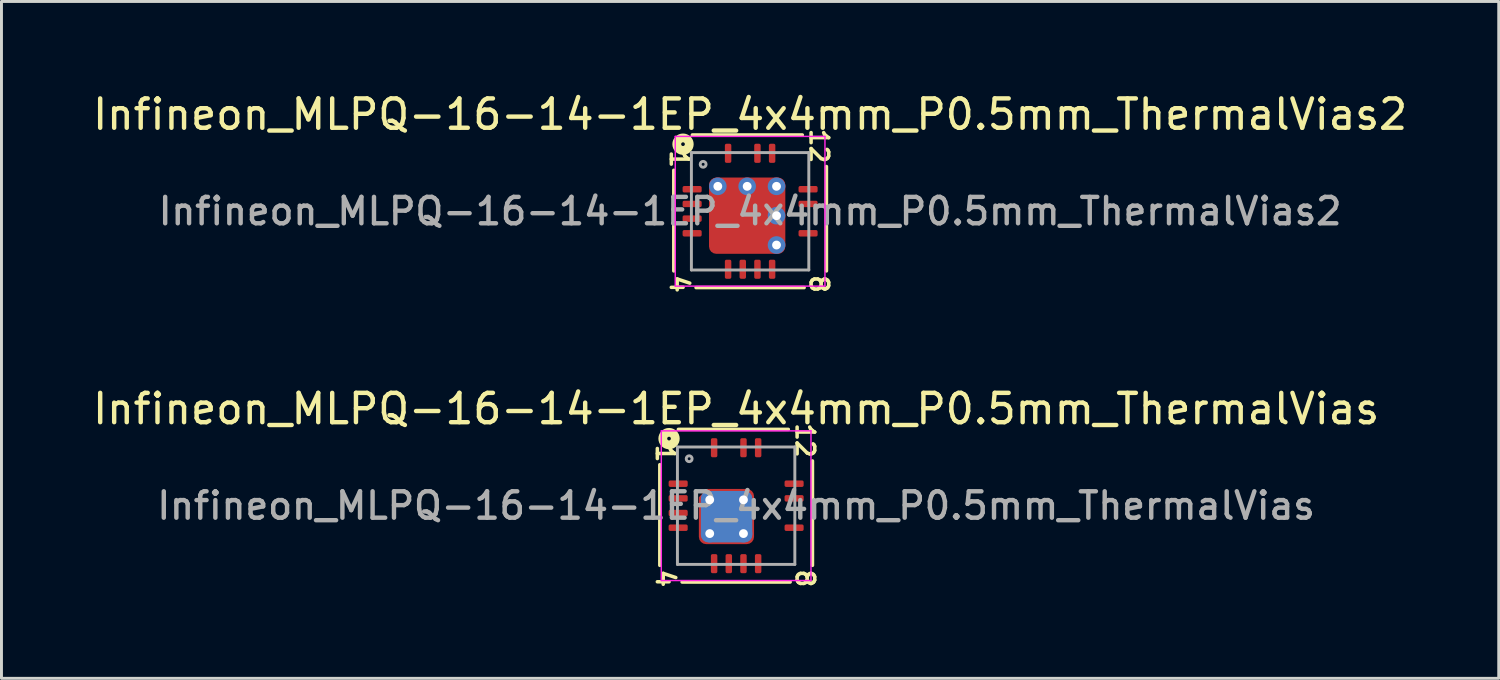
<source format=kicad_pcb>
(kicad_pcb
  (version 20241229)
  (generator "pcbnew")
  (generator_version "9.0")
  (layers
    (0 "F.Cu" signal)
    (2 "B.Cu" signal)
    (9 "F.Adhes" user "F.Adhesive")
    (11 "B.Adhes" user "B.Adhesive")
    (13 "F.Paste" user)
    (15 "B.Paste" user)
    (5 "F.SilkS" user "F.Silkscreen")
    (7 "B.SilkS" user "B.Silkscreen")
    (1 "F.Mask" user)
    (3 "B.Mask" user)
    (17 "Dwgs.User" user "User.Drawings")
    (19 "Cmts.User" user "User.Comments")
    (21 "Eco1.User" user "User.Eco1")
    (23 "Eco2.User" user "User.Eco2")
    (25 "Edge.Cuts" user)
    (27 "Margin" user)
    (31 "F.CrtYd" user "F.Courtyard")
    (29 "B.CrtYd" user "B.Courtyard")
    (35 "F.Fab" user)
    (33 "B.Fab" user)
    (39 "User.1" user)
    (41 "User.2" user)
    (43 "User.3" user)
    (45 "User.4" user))
  (footprint "Infineon_MLPQ-16-14-1EP_4x4mm_P0.5mm_ThermalVias2"
    (layer "F.Cu")
    (at 22.506 4.148)
    (property "Reference" "Infineon_MLPQ-16-14-1EP_4x4mm_P0.5mm_ThermalVias2" (at 0 -3.3 0) (layer "F.SilkS") (effects (font (size 1 1) (thickness 0.15))))
    (attr smd)
    (fp_line (start -2.6 -1.397) (end -2.6 2.032) (stroke (width 0.12) (type solid)) (layer "F.SilkS"))
    (fp_line (start -1.841 2.6) (end 1.841 2.6) (stroke (width 0.12) (type solid)) (layer "F.SilkS"))
    (fp_line (start 1.778 -2.6) (end -1.968 -2.6) (stroke (width 0.12) (type solid)) (layer "F.SilkS"))
    (fp_line (start 2.6 2.032) (end 2.6 -1.524) (stroke (width 0.12) (type solid)) (layer "F.SilkS"))
    (fp_circle (center -2.286 -2.286) (end -2.223 -2.286) (stroke (width 0.3) (type solid)) (fill no) (layer "F.SilkS"))
    (fp_line (start -2.55 -2.55) (end 2.55 -2.55) (stroke (width 0.05) (type solid)) (layer "F.CrtYd"))
    (fp_line (start -2.55 2.55) (end -2.55 -2.55) (stroke (width 0.05) (type solid)) (layer "F.CrtYd"))
    (fp_line (start 2.55 -2.55) (end 2.55 2.55) (stroke (width 0.05) (type solid)) (layer "F.CrtYd"))
    (fp_line (start 2.55 2.55) (end -2.55 2.55) (stroke (width 0.05) (type solid)) (layer "F.CrtYd"))
    (fp_line (start -2 -2) (end 2 -2) (stroke (width 0.1) (type solid)) (layer "F.Fab"))
    (fp_line (start -2 2) (end -2 -2) (stroke (width 0.1) (type solid)) (layer "F.Fab"))
    (fp_line (start 2 -2) (end 2 2) (stroke (width 0.1) (type solid)) (layer "F.Fab"))
    (fp_line (start 2 2) (end -2 2) (stroke (width 0.1) (type solid)) (layer "F.Fab"))
    (fp_circle (center -1.6 -1.6) (end -1.5 -1.6) (stroke (width 0.1) (type solid)) (fill no) (layer "F.Fab"))
    (fp_text user "12" (at 2.349 -2.223 270) (unlocked yes) (layer "F.SilkS") (effects (font (size 0.6 0.6) (thickness 0.12))))
    (fp_text user "8" (at 2.349 2.477 270) (unlocked yes) (layer "F.SilkS") (effects (font (size 0.6 0.6) (thickness 0.12))))
    (fp_text user "4" (at -2.413 2.477 270) (unlocked yes) (layer "F.SilkS") (effects (font (size 0.6 0.6) (thickness 0.12))))
    (fp_text user "1" (at -2.413 -1.778 270) (unlocked yes) (layer "F.SilkS") (effects (font (size 0.6 0.6) (thickness 0.12))))
    (fp_text user "${REFERENCE}" (at 0 0 0) (layer "F.Fab") (effects (font (size 0.9 0.9) (thickness 0.15))))
    (pad "" smd roundrect (at -0.335 -0.077) (size 1.5 0.745) (layers "F.Paste") (roundrect_rratio 0.25))
    (pad "" smd roundrect (at -0.335 0.825) (size 1.5 0.75) (layers "F.Paste") (roundrect_rratio 0.25))
    (pad "" smd roundrect (at -0.33 0.37) (size 1.88 1.88) (layers "F.Mask") (roundrect_rratio 0.133) (chamfer_ratio 0.15) (chamfer top_left))
    (pad "1" smd roundrect (at -1.975 -0.75) (size 0.65 0.22) (layers "F.Cu" "F.Mask" "F.Paste") (roundrect_rratio 0.25))
    (pad "2" smd roundrect (at -1.975 -0.25) (size 0.65 0.22) (layers "F.Cu" "F.Mask" "F.Paste") (roundrect_rratio 0.25))
    (pad "3" smd roundrect (at -1.975 0.25) (size 0.65 0.22) (layers "F.Cu" "F.Mask" "F.Paste") (roundrect_rratio 0.25))
    (pad "4" smd roundrect (at -1.975 0.75) (size 0.65 0.22) (layers "F.Cu" "F.Mask" "F.Paste") (roundrect_rratio 0.25))
    (pad "5" smd roundrect (at -0.75 1.975) (size 0.22 0.65) (layers "F.Cu" "F.Mask" "F.Paste") (roundrect_rratio 0.25))
    (pad "6" smd roundrect (at -0.25 1.975) (size 0.22 0.65) (layers "F.Cu" "F.Mask" "F.Paste") (roundrect_rratio 0.25))
    (pad "7" smd roundrect (at 0.25 1.975) (size 0.22 0.65) (layers "F.Cu" "F.Mask" "F.Paste") (roundrect_rratio 0.25))
    (pad "8" smd roundrect (at 0.75 1.975) (size 0.22 0.65) (layers "F.Cu" "F.Mask" "F.Paste") (roundrect_rratio 0.25))
    (pad "9" smd roundrect (at 1.975 0.75) (size 0.65 0.22) (layers "F.Cu" "F.Mask" "F.Paste") (roundrect_rratio 0.25))
    (pad "11" smd roundrect (at 1.975 -0.25) (size 0.65 0.22) (layers "F.Cu" "F.Mask" "F.Paste") (roundrect_rratio 0.25))
    (pad "12" smd roundrect (at 1.975 -0.75) (size 0.65 0.22) (layers "F.Cu" "F.Mask" "F.Paste") (roundrect_rratio 0.25))
    (pad "13" smd roundrect (at 0.75 -1.975) (size 0.22 0.65) (layers "F.Cu" "F.Mask" "F.Paste") (roundrect_rratio 0.25))
    (pad "14" smd roundrect (at 0.25 -1.975) (size 0.22 0.65) (layers "F.Cu" "F.Mask" "F.Paste") (roundrect_rratio 0.25))
    (pad "16" smd roundrect (at -0.75 -1.975) (size 0.22 0.65) (layers "F.Cu" "F.Mask" "F.Paste") (roundrect_rratio 0.25))
    (pad "17" thru_hole circle (at -1.1 -0.85) (size 0.6 0.6) (drill 0.3) (property pad_prop_heatsink) (layers "*.Cu" "*.Mask"))
    (pad "17" thru_hole circle (at -0.1 -0.85) (size 0.6 0.6) (drill 0.3) (property pad_prop_heatsink) (layers "*.Cu" "*.Mask"))
    (pad "17" smd roundrect (at -0.1 0.15) (size 2.6 2.6) (layers "F.Cu") (roundrect_rratio 0.096))
    (pad "17" thru_hole circle (at 0.9 -0.85) (size 0.6 0.6) (drill 0.3) (property pad_prop_heatsink) (layers "*.Cu" "*.Mask"))
    (pad "17" thru_hole circle (at 0.9 0.15) (size 0.6 0.6) (drill 0.3) (property pad_prop_heatsink) (layers "*.Cu" "*.Mask"))
    (pad "17" thru_hole circle (at 0.9 1.15) (size 0.6 0.6) (drill 0.3) (property pad_prop_heatsink) (layers "*.Cu" "*.Mask")))
  (footprint "Infineon_MLPQ-16-14-1EP_4x4mm_P0.5mm_ThermalVias"
    (layer "F.Cu")
    (at 22.03 14.179)
    (property "Reference" "Infineon_MLPQ-16-14-1EP_4x4mm_P0.5mm_ThermalVias" (at 0 -3.3 0) (layer "F.SilkS") (effects (font (size 1 1) (thickness 0.15))))
    (attr smd)
    (fp_line (start -2.6 -1.397) (end -2.6 2.032) (stroke (width 0.12) (type solid)) (layer "F.SilkS"))
    (fp_line (start -1.841 2.6) (end 1.841 2.6) (stroke (width 0.12) (type solid)) (layer "F.SilkS"))
    (fp_line (start 1.778 -2.6) (end -1.968 -2.6) (stroke (width 0.12) (type solid)) (layer "F.SilkS"))
    (fp_line (start 2.6 2.032) (end 2.6 -1.524) (stroke (width 0.12) (type solid)) (layer "F.SilkS"))
    (fp_circle (center -2.286 -2.286) (end -2.223 -2.286) (stroke (width 0.3) (type solid)) (fill no) (layer "F.SilkS"))
    (fp_line (start -2.55 -2.55) (end 2.55 -2.55) (stroke (width 0.05) (type solid)) (layer "F.CrtYd"))
    (fp_line (start -2.55 2.55) (end -2.55 -2.55) (stroke (width 0.05) (type solid)) (layer "F.CrtYd"))
    (fp_line (start 2.55 -2.55) (end 2.55 2.55) (stroke (width 0.05) (type solid)) (layer "F.CrtYd"))
    (fp_line (start 2.55 2.55) (end -2.55 2.55) (stroke (width 0.05) (type solid)) (layer "F.CrtYd"))
    (fp_line (start -2 -2) (end 2 -2) (stroke (width 0.1) (type solid)) (layer "F.Fab"))
    (fp_line (start -2 2) (end -2 -2) (stroke (width 0.1) (type solid)) (layer "F.Fab"))
    (fp_line (start 2 -2) (end 2 2) (stroke (width 0.1) (type solid)) (layer "F.Fab"))
    (fp_line (start 2 2) (end -2 2) (stroke (width 0.1) (type solid)) (layer "F.Fab"))
    (fp_circle (center -1.6 -1.6) (end -1.5 -1.6) (stroke (width 0.1) (type solid)) (fill no) (layer "F.Fab"))
    (fp_text user "8" (at 2.349 2.477 270) (unlocked yes) (layer "F.SilkS") (effects (font (size 0.6 0.6) (thickness 0.12))))
    (fp_text user "4" (at -2.413 2.477 270) (unlocked yes) (layer "F.SilkS") (effects (font (size 0.6 0.6) (thickness 0.12))))
    (fp_text user "1" (at -2.413 -1.778 270) (unlocked yes) (layer "F.SilkS") (effects (font (size 0.6 0.6) (thickness 0.12))))
    (fp_text user "12" (at 2.349 -2.223 270) (unlocked yes) (layer "F.SilkS") (effects (font (size 0.6 0.6) (thickness 0.12))))
    (fp_text user "${REFERENCE}" (at 0 0 0) (layer "F.Fab") (effects (font (size 0.9 0.9) (thickness 0.15))))
    (pad "" smd roundrect (at -0.838 0.375) (size 0.775 0.55) (layers "F.Paste") (roundrect_rratio 0.25))
    (pad "" smd roundrect (at -0.325 -0.325) (size 0.85 0.45) (layers "F.Paste") (roundrect_rratio 0.25))
    (pad "" smd roundrect (at -0.325 1.075) (size 0.85 0.45) (layers "F.Paste") (roundrect_rratio 0.25))
    (pad "" smd roundrect (at 0.188 0.375) (size 0.775 0.55) (layers "F.Paste") (roundrect_rratio 0.25))
    (pad "1" smd roundrect (at -1.975 -0.75) (size 0.65 0.22) (layers "F.Cu" "F.Mask" "F.Paste") (roundrect_rratio 0.25))
    (pad "2" smd roundrect (at -1.975 -0.25) (size 0.65 0.22) (layers "F.Cu" "F.Mask" "F.Paste") (roundrect_rratio 0.25))
    (pad "3" smd roundrect (at -1.975 0.25) (size 0.65 0.22) (layers "F.Cu" "F.Mask" "F.Paste") (roundrect_rratio 0.25))
    (pad "4" smd roundrect (at -1.975 0.75) (size 0.65 0.22) (layers "F.Cu" "F.Mask" "F.Paste") (roundrect_rratio 0.25))
    (pad "5" smd roundrect (at -0.75 1.975) (size 0.22 0.65) (layers "F.Cu" "F.Mask" "F.Paste") (roundrect_rratio 0.25))
    (pad "6" smd roundrect (at -0.25 1.975) (size 0.22 0.65) (layers "F.Cu" "F.Mask" "F.Paste") (roundrect_rratio 0.25))
    (pad "7" smd roundrect (at 0.25 1.975) (size 0.22 0.65) (layers "F.Cu" "F.Mask" "F.Paste") (roundrect_rratio 0.25))
    (pad "8" smd roundrect (at 0.75 1.975) (size 0.22 0.65) (layers "F.Cu" "F.Mask" "F.Paste") (roundrect_rratio 0.25))
    (pad "9" smd roundrect (at 1.975 0.75) (size 0.65 0.22) (layers "F.Cu" "F.Mask" "F.Paste") (roundrect_rratio 0.25))
    (pad "11" smd roundrect (at 1.975 -0.25) (size 0.65 0.22) (layers "F.Cu" "F.Mask" "F.Paste") (roundrect_rratio 0.25))
    (pad "12" smd roundrect (at 1.975 -0.75) (size 0.65 0.22) (layers "F.Cu" "F.Mask" "F.Paste") (roundrect_rratio 0.25))
    (pad "13" smd roundrect (at 0.75 -1.975) (size 0.22 0.65) (layers "F.Cu" "F.Mask" "F.Paste") (roundrect_rratio 0.25))
    (pad "14" smd roundrect (at 0.25 -1.975) (size 0.22 0.65) (layers "F.Cu" "F.Mask" "F.Paste") (roundrect_rratio 0.25))
    (pad "16" smd roundrect (at -0.75 -1.975) (size 0.22 0.65) (layers "F.Cu" "F.Mask" "F.Paste") (roundrect_rratio 0.25))
    (pad "17" thru_hole circle (at -0.9 -0.2) (size 0.6 0.6) (drill 0.3) (property pad_prop_heatsink) (layers "*.Cu"))
    (pad "17" thru_hole circle (at -0.9 0.95) (size 0.6 0.6) (drill 0.3) (property pad_prop_heatsink) (layers "*.Cu"))
    (pad "17" smd roundrect (at -0.33 0.37) (size 1.88 1.88) (layers "F.Cu" "F.Mask") (roundrect_rratio 0.133) (chamfer_ratio 0.15) (chamfer top_left))
    (pad "17" smd roundrect (at -0.325 0.375) (size 1.75 1.75) (layers "B.Cu" "B.Mask") (roundrect_rratio 0.143))
    (pad "17" thru_hole circle (at 0.25 -0.2) (size 0.6 0.6) (drill 0.3) (property pad_prop_heatsink) (layers "*.Cu"))
    (pad "17" thru_hole circle (at 0.25 0.95) (size 0.6 0.6) (drill 0.3) (property pad_prop_heatsink) (layers "*.Cu")))
  (gr_rect
    (start -3 -3)
    (end 48.012 20.061)
    (stroke (width 0.1) (type default))
    (fill no)
    (layer "Edge.Cuts")))
</source>
